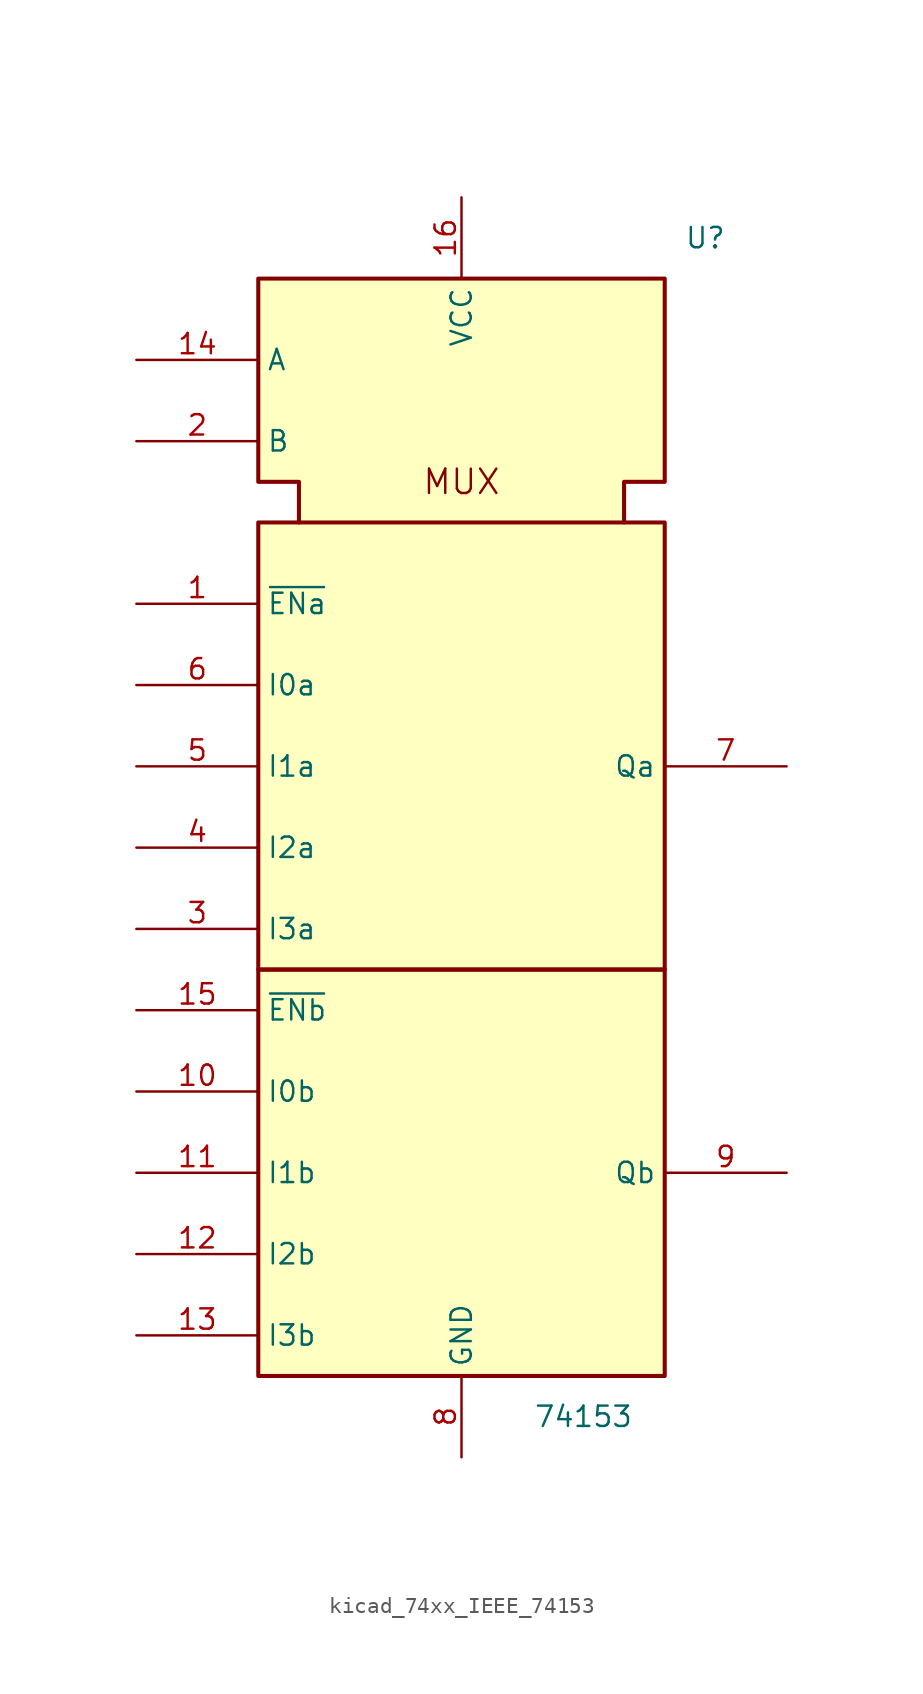
<source format=kicad_sym>
(kicad_symbol_lib
  (version 20220914)
  (generator kicad_symbol_editor)
  (symbol "kicad_74xx_IEEE_74153"
    (property "Reference" "U"
      (at 15.24 40.64 0)
      (effects (font (size 1.27 1.27))))
    (property "Value" "74153"
      (at 7.62 -33.02 0)
      (effects (font (size 1.27 1.27))))
    (symbol "kicad_74xx_IEEE_74153_0_0"
      (rectangle (start -12.7 -5.08) (end 12.7 -30.48) (stroke (width 0.254) (type default)) (fill (type background)))
      (rectangle (start -12.7 22.86) (end 12.7 -5.08) (stroke (width 0.254) (type default)) (fill (type background)))
      (polyline (pts (xy -10.16 22.86) (xy -10.16 25.4) (xy -12.7 25.4) (xy -12.7 38.1) (xy 12.7 38.1) (xy 12.7 25.4) (xy 10.16 25.4) (xy 10.16 22.86) (xy 10.16 22.86)) (stroke (width 0.254) (type default)) (fill (type background)))
      (text "MUX" (at 0 25.4 0) (effects (font (size 1.524 1.524))))
      (pin power_in line (at 0 43.18 270) (length 5.08) (name "VCC" (effects (font (size 1.27 1.27)))) (number "16" (effects (font (size 1.27 1.27)))))
      (pin power_in line (at 0 -35.56 90) (length 5.08) (name "GND" (effects (font (size 1.27 1.27)))) (number "8" (effects (font (size 1.27 1.27))))))
    (symbol "kicad_74xx_IEEE_74153_1_1"
      (pin input line (at -20.32 17.78 0) (length 7.62) (name "~{ENa}" (effects (font (size 1.27 1.27)))) (number "1" (effects (font (size 1.27 1.27)))))
      (pin input line (at -20.32 -12.7 0) (length 7.62) (name "I0b" (effects (font (size 1.27 1.27)))) (number "10" (effects (font (size 1.27 1.27)))))
      (pin input line (at -20.32 -17.78 0) (length 7.62) (name "I1b" (effects (font (size 1.27 1.27)))) (number "11" (effects (font (size 1.27 1.27)))))
      (pin input line (at -20.32 -22.86 0) (length 7.62) (name "I2b" (effects (font (size 1.27 1.27)))) (number "12" (effects (font (size 1.27 1.27)))))
      (pin input line (at -20.32 -27.94 0) (length 7.62) (name "I3b" (effects (font (size 1.27 1.27)))) (number "13" (effects (font (size 1.27 1.27)))))
      (pin input line (at -20.32 33.02 0) (length 7.62) (name "A" (effects (font (size 1.27 1.27)))) (number "14" (effects (font (size 1.27 1.27)))))
      (pin input line (at -20.32 -7.62 0) (length 7.62) (name "~{ENb}" (effects (font (size 1.27 1.27)))) (number "15" (effects (font (size 1.27 1.27)))))
      (pin input line (at -20.32 27.94 0) (length 7.62) (name "B" (effects (font (size 1.27 1.27)))) (number "2" (effects (font (size 1.27 1.27)))))
      (pin input line (at -20.32 -2.54 0) (length 7.62) (name "I3a" (effects (font (size 1.27 1.27)))) (number "3" (effects (font (size 1.27 1.27)))))
      (pin input line (at -20.32 2.54 0) (length 7.62) (name "I2a" (effects (font (size 1.27 1.27)))) (number "4" (effects (font (size 1.27 1.27)))))
      (pin input line (at -20.32 7.62 0) (length 7.62) (name "I1a" (effects (font (size 1.27 1.27)))) (number "5" (effects (font (size 1.27 1.27)))))
      (pin input line (at -20.32 12.7 0) (length 7.62) (name "I0a" (effects (font (size 1.27 1.27)))) (number "6" (effects (font (size 1.27 1.27)))))
      (pin output line (at 20.32 7.62 180) (length 7.62) (name "Qa" (effects (font (size 1.27 1.27)))) (number "7" (effects (font (size 1.27 1.27)))))
      (pin output line (at 20.32 -17.78 180) (length 7.62) (name "Qb" (effects (font (size 1.27 1.27)))) (number "9" (effects (font (size 1.27 1.27))))))))
</source>
